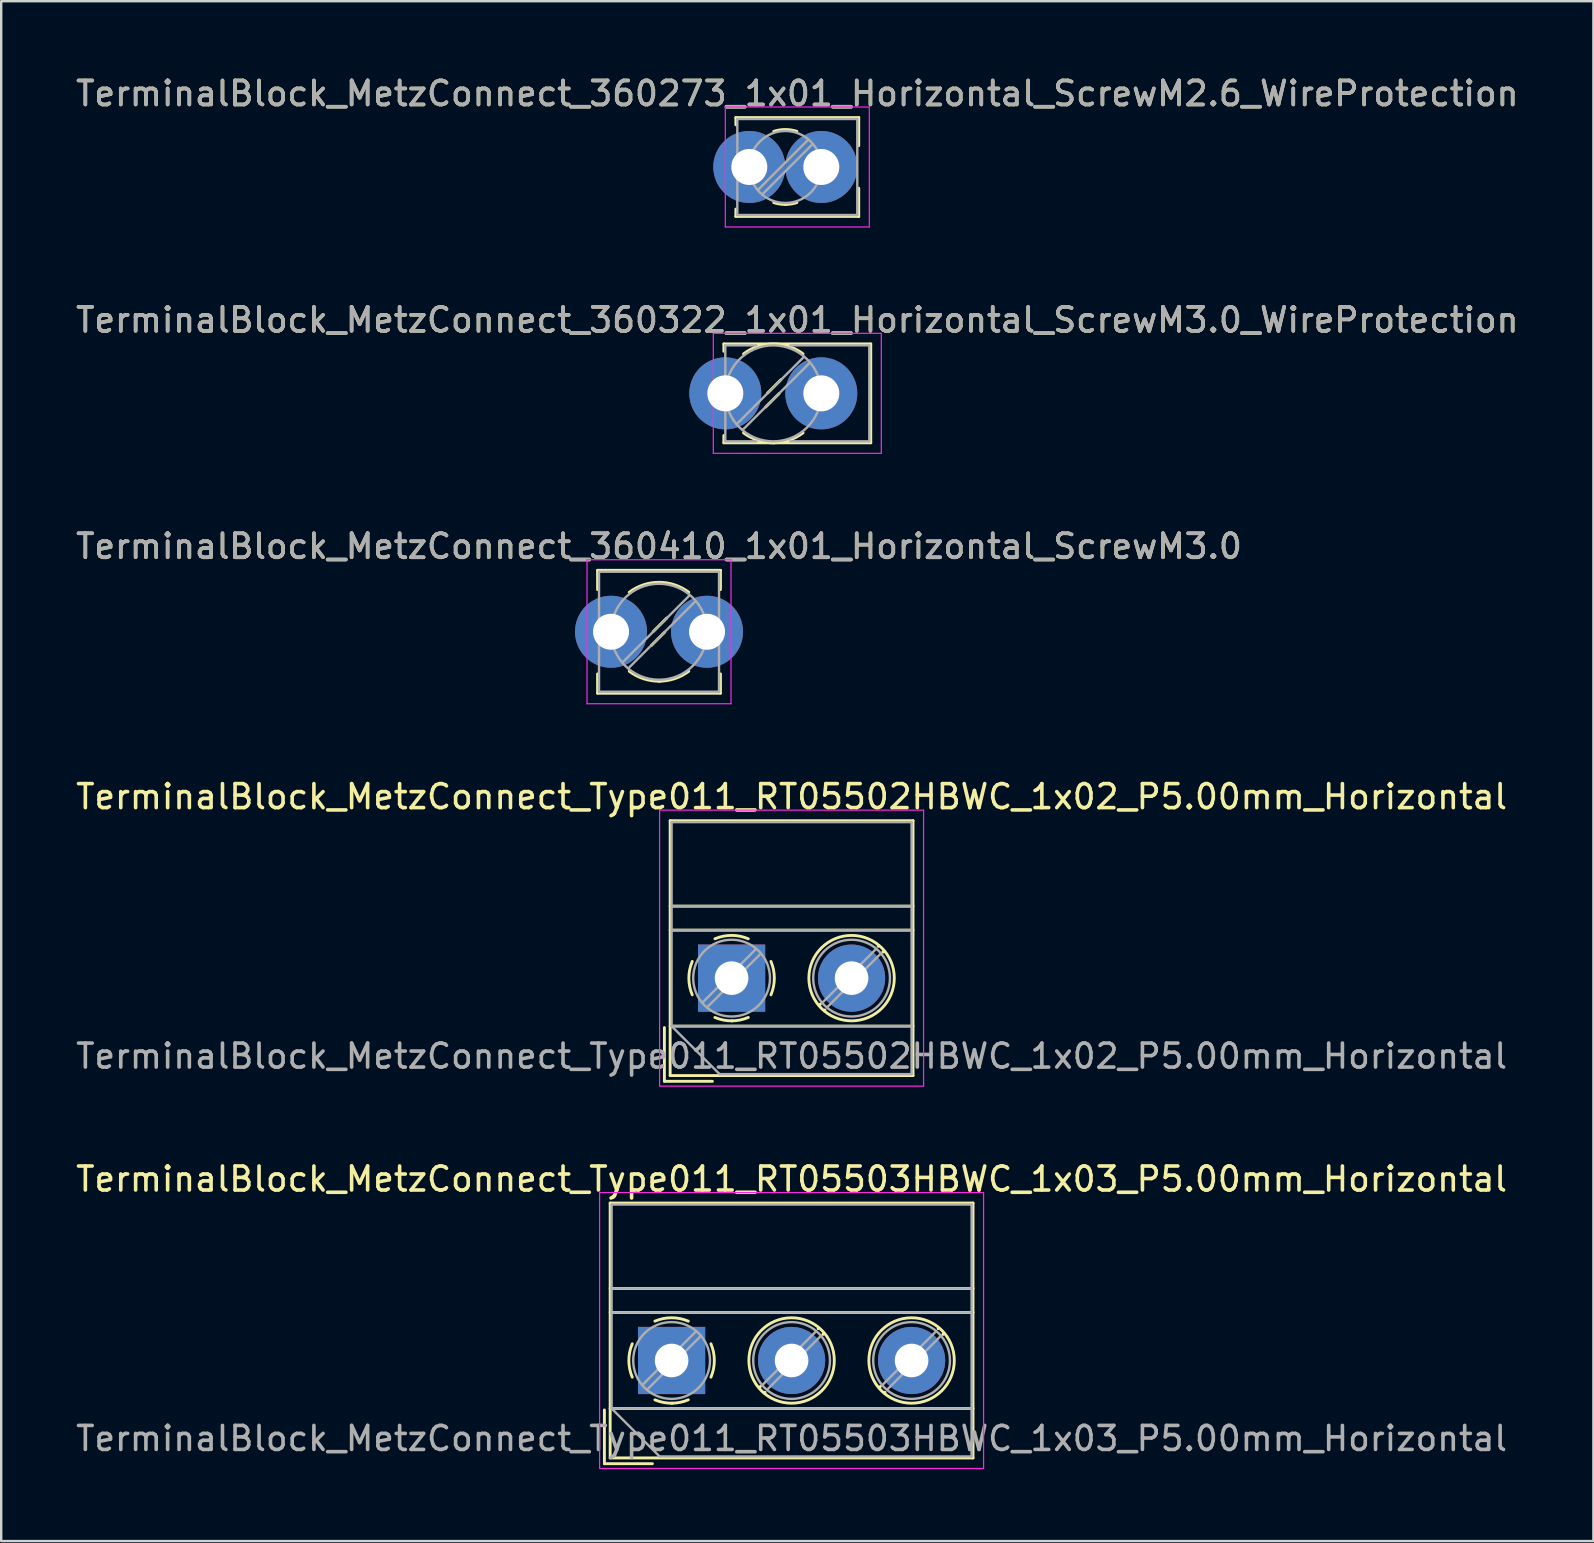
<source format=kicad_pcb>
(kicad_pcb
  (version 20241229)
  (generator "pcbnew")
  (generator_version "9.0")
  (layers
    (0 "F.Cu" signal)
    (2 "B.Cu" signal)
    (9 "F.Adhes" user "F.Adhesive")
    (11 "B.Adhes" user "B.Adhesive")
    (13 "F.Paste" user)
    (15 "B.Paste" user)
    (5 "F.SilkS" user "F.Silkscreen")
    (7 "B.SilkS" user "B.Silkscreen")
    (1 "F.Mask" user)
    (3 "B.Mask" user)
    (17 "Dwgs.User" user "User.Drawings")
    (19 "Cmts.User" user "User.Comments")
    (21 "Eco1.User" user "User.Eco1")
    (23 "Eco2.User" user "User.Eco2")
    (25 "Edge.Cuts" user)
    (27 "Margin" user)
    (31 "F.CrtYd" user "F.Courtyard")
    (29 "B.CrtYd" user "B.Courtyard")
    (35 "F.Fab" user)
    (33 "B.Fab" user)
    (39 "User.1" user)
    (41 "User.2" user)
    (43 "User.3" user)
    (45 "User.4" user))
  (footprint "TerminalBlock_MetzConnect_360410_1x01_Horizontal_ScrewM3.0"
    (layer "F.Cu")
    (at 22.411 23.275)
    (property "Reference" "TerminalBlock_MetzConnect_360410_1x01_Horizontal_ScrewM3.0" (at 2 -3.56 0) (layer "F.SilkS") (effects (font (size 1 1) (thickness 0.15))))
    (attr through_hole)
    (fp_line (start -0.56 -2.56) (end -0.56 -1.755) (stroke (width 0.12) (type solid)) (layer "F.SilkS"))
    (fp_line (start -0.56 -2.56) (end 4.56 -2.56) (stroke (width 0.12) (type solid)) (layer "F.SilkS"))
    (fp_line (start -0.56 1.755) (end -0.56 2.56) (stroke (width 0.12) (type solid)) (layer "F.SilkS"))
    (fp_line (start -0.56 2.56) (end 4.56 2.56) (stroke (width 0.12) (type solid)) (layer "F.SilkS"))
    (fp_line (start 1.68 0.571) (end 1.68 0.571) (stroke (width 0.12) (type solid)) (layer "F.SilkS"))
    (fp_line (start 2.241 0.011) (end 1.708 0.543) (stroke (width 0.12) (type solid)) (layer "F.SilkS"))
    (fp_line (start 2.291 -0.543) (end 1.759 -0.011) (stroke (width 0.12) (type solid)) (layer "F.SilkS"))
    (fp_line (start 2.32 -0.572) (end 2.32 -0.572) (stroke (width 0.12) (type solid)) (layer "F.SilkS"))
    (fp_line (start 4.56 -2.56) (end 4.56 -1.755) (stroke (width 0.12) (type solid)) (layer "F.SilkS"))
    (fp_line (start 4.56 1.755) (end 4.56 2.56) (stroke (width 0.12) (type solid)) (layer "F.SilkS"))
    (fp_arc (start 0.759554 -1.645664) (mid 1.999721 -2.060805) (end 3.24 -1.646) (stroke (width 0.12) (type solid)) (layer "F.SilkS"))
    (fp_arc (start 2.034842 2.060314) (mid 1.362171 1.959409) (end 0.759 1.645) (stroke (width 0.12) (type solid)) (layer "F.SilkS"))
    (fp_arc (start 3.239739 1.645189) (mid 2.653648 1.953547) (end 2 2.06) (stroke (width 0.12) (type solid)) (layer "F.SilkS"))
    (fp_line (start -1 -3) (end -1 3) (stroke (width 0.05) (type solid)) (layer "F.CrtYd"))
    (fp_line (start -1 3) (end 5 3) (stroke (width 0.05) (type solid)) (layer "F.CrtYd"))
    (fp_line (start 5 -3) (end -1 -3) (stroke (width 0.05) (type solid)) (layer "F.CrtYd"))
    (fp_line (start 5 3) (end 5 -3) (stroke (width 0.05) (type solid)) (layer "F.CrtYd"))
    (fp_line (start -0.5 -2.5) (end -0.5 2.5) (stroke (width 0.1) (type solid)) (layer "F.Fab"))
    (fp_line (start -0.5 -2.5) (end 4.5 -2.5) (stroke (width 0.1) (type solid)) (layer "F.Fab"))
    (fp_line (start -0.5 2.5) (end 4.5 2.5) (stroke (width 0.1) (type solid)) (layer "F.Fab"))
    (fp_line (start 3.273 -1.517) (end 0.483 1.273) (stroke (width 0.1) (type solid)) (layer "F.Fab"))
    (fp_line (start 3.517 -1.273) (end 0.727 1.517) (stroke (width 0.1) (type solid)) (layer "F.Fab"))
    (fp_line (start 4.5 -2.5) (end 4.5 2.5) (stroke (width 0.1) (type solid)) (layer "F.Fab"))
    (fp_circle (center 2 0) (end 4 0) (stroke (width 0.1) (type solid)) (fill no) (layer "F.Fab"))
    (fp_text user "${REFERENCE}" (at 2 -3.56 0) (layer "F.Fab") (effects (font (size 1 1) (thickness 0.15))))
    (pad "1" thru_hole circle (at 0 0) (size 3 3) (drill 1.5) (layers "*.Cu" "*.Mask"))
    (pad "1" thru_hole circle (at 4 0) (size 3 3) (drill 1.5) (layers "*.Cu" "*.Mask")))
  (footprint "TerminalBlock_MetzConnect_Type011_RT05502HBWC_1x02_P5.00mm_Horizontal"
    (layer "F.Cu")
    (at 27.435 37.708)
    (property "Reference" "TerminalBlock_MetzConnect_Type011_RT05502HBWC_1x02_P5.00mm_Horizontal" (at 2.5 -7.56 0) (layer "F.SilkS") (effects (font (size 1 1) (thickness 0.15))))
    (attr through_hole)
    (fp_line (start -2.8 2.06) (end -2.8 4.3) (stroke (width 0.12) (type solid)) (layer "F.SilkS"))
    (fp_line (start -2.8 4.3) (end -0.8 4.3) (stroke (width 0.12) (type solid)) (layer "F.SilkS"))
    (fp_line (start -2.56 -6.56) (end -2.56 4.06) (stroke (width 0.12) (type solid)) (layer "F.SilkS"))
    (fp_line (start -2.56 -6.56) (end 7.56 -6.56) (stroke (width 0.12) (type solid)) (layer "F.SilkS"))
    (fp_line (start -2.56 -3) (end 7.56 -3) (stroke (width 0.12) (type solid)) (layer "F.SilkS"))
    (fp_line (start -2.56 -2) (end 7.56 -2) (stroke (width 0.12) (type solid)) (layer "F.SilkS"))
    (fp_line (start -2.56 2) (end 7.56 2) (stroke (width 0.12) (type solid)) (layer "F.SilkS"))
    (fp_line (start -2.56 4.06) (end 7.56 4.06) (stroke (width 0.12) (type solid)) (layer "F.SilkS"))
    (fp_line (start 3.7 1.083) (end 3.65 1.133) (stroke (width 0.12) (type solid)) (layer "F.SilkS"))
    (fp_line (start 3.892 1.325) (end 3.868 1.35) (stroke (width 0.12) (type solid)) (layer "F.SilkS"))
    (fp_line (start 6.133 -1.35) (end 6.108 -1.326) (stroke (width 0.12) (type solid)) (layer "F.SilkS"))
    (fp_line (start 6.35 -1.133) (end 6.301 -1.083) (stroke (width 0.12) (type solid)) (layer "F.SilkS"))
    (fp_line (start 7.56 -6.56) (end 7.56 4.06) (stroke (width 0.12) (type solid)) (layer "F.SilkS"))
    (fp_arc (start -1.639206 0.695516) (mid -1.780657 -0.000263) (end -1.639 -0.696) (stroke (width 0.12) (type solid)) (layer "F.SilkS"))
    (fp_arc (start -0.695516 -1.639206) (mid 0.000263 -1.780657) (end 0.696 -1.639) (stroke (width 0.12) (type solid)) (layer "F.SilkS"))
    (fp_arc (start 0.030814 1.78039) (mid -0.340023 1.747891) (end -0.696 1.639) (stroke (width 0.12) (type solid)) (layer "F.SilkS"))
    (fp_arc (start 0.695501 1.638499) (mid 0.354875 1.744266) (end 0 1.78) (stroke (width 0.12) (type solid)) (layer "F.SilkS"))
    (fp_arc (start 1.639206 -0.695516) (mid 1.780657 0.000263) (end 1.639 0.696) (stroke (width 0.12) (type solid)) (layer "F.SilkS"))
    (fp_circle (center 5 0) (end 6.78 0) (stroke (width 0.12) (type solid)) (fill no) (layer "F.SilkS"))
    (fp_line (start -3 -7) (end -3 4.5) (stroke (width 0.05) (type solid)) (layer "F.CrtYd"))
    (fp_line (start -3 4.5) (end 8 4.5) (stroke (width 0.05) (type solid)) (layer "F.CrtYd"))
    (fp_line (start 8 -7) (end -3 -7) (stroke (width 0.05) (type solid)) (layer "F.CrtYd"))
    (fp_line (start 8 4.5) (end 8 -7) (stroke (width 0.05) (type solid)) (layer "F.CrtYd"))
    (fp_line (start -2.5 -6.5) (end 7.5 -6.5) (stroke (width 0.1) (type solid)) (layer "F.Fab"))
    (fp_line (start -2.5 -3) (end 7.5 -3) (stroke (width 0.1) (type solid)) (layer "F.Fab"))
    (fp_line (start -2.5 -2) (end 7.5 -2) (stroke (width 0.1) (type solid)) (layer "F.Fab"))
    (fp_line (start -2.5 2) (end -2.5 -6.5) (stroke (width 0.1) (type solid)) (layer "F.Fab"))
    (fp_line (start -2.5 2) (end 7.5 2) (stroke (width 0.1) (type solid)) (layer "F.Fab"))
    (fp_line (start -0.5 4) (end -2.5 2) (stroke (width 0.1) (type solid)) (layer "F.Fab"))
    (fp_line (start 1.019 -1.214) (end -1.214 1.018) (stroke (width 0.1) (type solid)) (layer "F.Fab"))
    (fp_line (start 1.214 -1.019) (end -1.019 1.214) (stroke (width 0.1) (type solid)) (layer "F.Fab"))
    (fp_line (start 6.019 -1.214) (end 3.787 1.018) (stroke (width 0.1) (type solid)) (layer "F.Fab"))
    (fp_line (start 6.214 -1.019) (end 3.982 1.214) (stroke (width 0.1) (type solid)) (layer "F.Fab"))
    (fp_line (start 7.5 -6.5) (end 7.5 4) (stroke (width 0.1) (type solid)) (layer "F.Fab"))
    (fp_line (start 7.5 4) (end -0.5 4) (stroke (width 0.1) (type solid)) (layer "F.Fab"))
    (fp_circle (center 0 0) (end 1.6 0) (stroke (width 0.1) (type solid)) (fill no) (layer "F.Fab"))
    (fp_circle (center 5 0) (end 6.6 0) (stroke (width 0.1) (type solid)) (fill no) (layer "F.Fab"))
    (fp_text user "${REFERENCE}" (at 2.5 3.25 0) (layer "F.Fab") (effects (font (size 1 1) (thickness 0.15))))
    (pad "1" thru_hole rect (at 0 0) (size 2.8 2.8) (drill 1.4) (layers "*.Cu" "*.Mask"))
    (pad "2" thru_hole circle (at 5 0) (size 2.8 2.8) (drill 1.4) (layers "*.Cu" "*.Mask")))
  (footprint "TerminalBlock_MetzConnect_360273_1x01_Horizontal_ScrewM2.6_WireProtection"
    (layer "F.Cu")
    (at 28.173 3.908)
    (property "Reference" "TerminalBlock_MetzConnect_360273_1x01_Horizontal_ScrewM2.6_WireProtection" (at 2 -3.06 0) (layer "F.SilkS") (effects (font (size 1 1) (thickness 0.15))))
    (attr through_hole)
    (fp_line (start -0.56 -2.06) (end -0.56 -1.755) (stroke (width 0.12) (type solid)) (layer "F.SilkS"))
    (fp_line (start -0.56 -2.06) (end 4.56 -2.06) (stroke (width 0.12) (type solid)) (layer "F.SilkS"))
    (fp_line (start -0.56 1.755) (end -0.56 2.06) (stroke (width 0.12) (type solid)) (layer "F.SilkS"))
    (fp_line (start -0.56 2.06) (end 4.56 2.06) (stroke (width 0.12) (type solid)) (layer "F.SilkS"))
    (fp_line (start 4.56 -2.06) (end 4.56 -0.885) (stroke (width 0.12) (type solid)) (layer "F.SilkS"))
    (fp_line (start 4.56 0.885) (end 4.56 2.06) (stroke (width 0.12) (type solid)) (layer "F.SilkS"))
    (fp_arc (start 1.018482 -1.484481) (mid 1.500779 -1.560623) (end 1.983 -1.484) (stroke (width 0.12) (type solid)) (layer "F.SilkS"))
    (fp_arc (start 1.526458 1.560399) (mid 1.268555 1.543366) (end 1.017 1.484) (stroke (width 0.12) (type solid)) (layer "F.SilkS"))
    (fp_arc (start 1.982067 1.483648) (mid 1.744038 1.540794) (end 1.5 1.56) (stroke (width 0.12) (type solid)) (layer "F.SilkS"))
    (fp_line (start -1 -2.5) (end -1 2.5) (stroke (width 0.05) (type solid)) (layer "F.CrtYd"))
    (fp_line (start -1 2.5) (end 5 2.5) (stroke (width 0.05) (type solid)) (layer "F.CrtYd"))
    (fp_line (start 5 -2.5) (end -1 -2.5) (stroke (width 0.05) (type solid)) (layer "F.CrtYd"))
    (fp_line (start 5 2.5) (end 5 -2.5) (stroke (width 0.05) (type solid)) (layer "F.CrtYd"))
    (fp_line (start -0.5 -2) (end -0.5 2) (stroke (width 0.1) (type solid)) (layer "F.Fab"))
    (fp_line (start -0.5 -2) (end 4.5 -2) (stroke (width 0.1) (type solid)) (layer "F.Fab"))
    (fp_line (start -0.5 2) (end 4.5 2) (stroke (width 0.1) (type solid)) (layer "F.Fab"))
    (fp_line (start 2.455 -1.138) (end 0.362 0.955) (stroke (width 0.1) (type solid)) (layer "F.Fab"))
    (fp_line (start 2.638 -0.955) (end 0.545 1.138) (stroke (width 0.1) (type solid)) (layer "F.Fab"))
    (fp_line (start 4.5 -2) (end 4.5 2) (stroke (width 0.1) (type solid)) (layer "F.Fab"))
    (fp_circle (center 1.5 0) (end 3 0) (stroke (width 0.1) (type solid)) (fill no) (layer "F.Fab"))
    (fp_text user "${REFERENCE}" (at 2 -3.06 0) (layer "F.Fab") (effects (font (size 1 1) (thickness 0.15))))
    (pad "1" thru_hole circle (at 0 0) (size 3 3) (drill 1.5) (layers "*.Cu" "*.Mask"))
    (pad "1" thru_hole circle (at 3 0) (size 3 3) (drill 1.5) (layers "*.Cu" "*.Mask")))
  (footprint "TerminalBlock_MetzConnect_Type011_RT05503HBWC_1x03_P5.00mm_Horizontal"
    (layer "F.Cu")
    (at 24.935 53.641)
    (property "Reference" "TerminalBlock_MetzConnect_Type011_RT05503HBWC_1x03_P5.00mm_Horizontal" (at 5 -7.56 0) (layer "F.SilkS") (effects (font (size 1 1) (thickness 0.15))))
    (attr through_hole)
    (fp_line (start -2.8 2.06) (end -2.8 4.3) (stroke (width 0.12) (type solid)) (layer "F.SilkS"))
    (fp_line (start -2.8 4.3) (end -0.8 4.3) (stroke (width 0.12) (type solid)) (layer "F.SilkS"))
    (fp_line (start -2.56 -6.56) (end -2.56 4.06) (stroke (width 0.12) (type solid)) (layer "F.SilkS"))
    (fp_line (start -2.56 -6.56) (end 12.56 -6.56) (stroke (width 0.12) (type solid)) (layer "F.SilkS"))
    (fp_line (start -2.56 -3) (end 12.56 -3) (stroke (width 0.12) (type solid)) (layer "F.SilkS"))
    (fp_line (start -2.56 -2) (end 12.56 -2) (stroke (width 0.12) (type solid)) (layer "F.SilkS"))
    (fp_line (start -2.56 2) (end 12.56 2) (stroke (width 0.12) (type solid)) (layer "F.SilkS"))
    (fp_line (start -2.56 4.06) (end 12.56 4.06) (stroke (width 0.12) (type solid)) (layer "F.SilkS"))
    (fp_line (start 3.7 1.083) (end 3.65 1.133) (stroke (width 0.12) (type solid)) (layer "F.SilkS"))
    (fp_line (start 3.892 1.325) (end 3.868 1.35) (stroke (width 0.12) (type solid)) (layer "F.SilkS"))
    (fp_line (start 6.133 -1.35) (end 6.108 -1.326) (stroke (width 0.12) (type solid)) (layer "F.SilkS"))
    (fp_line (start 6.35 -1.133) (end 6.301 -1.083) (stroke (width 0.12) (type solid)) (layer "F.SilkS"))
    (fp_line (start 8.7 1.083) (end 8.65 1.133) (stroke (width 0.12) (type solid)) (layer "F.SilkS"))
    (fp_line (start 8.892 1.325) (end 8.868 1.35) (stroke (width 0.12) (type solid)) (layer "F.SilkS"))
    (fp_line (start 11.133 -1.35) (end 11.108 -1.326) (stroke (width 0.12) (type solid)) (layer "F.SilkS"))
    (fp_line (start 11.35 -1.133) (end 11.301 -1.083) (stroke (width 0.12) (type solid)) (layer "F.SilkS"))
    (fp_line (start 12.56 -6.56) (end 12.56 4.06) (stroke (width 0.12) (type solid)) (layer "F.SilkS"))
    (fp_arc (start -1.639206 0.695516) (mid -1.780657 -0.000263) (end -1.639 -0.696) (stroke (width 0.12) (type solid)) (layer "F.SilkS"))
    (fp_arc (start -0.695516 -1.639206) (mid 0.000263 -1.780657) (end 0.696 -1.639) (stroke (width 0.12) (type solid)) (layer "F.SilkS"))
    (fp_arc (start 0.030814 1.78039) (mid -0.340023 1.747891) (end -0.696 1.639) (stroke (width 0.12) (type solid)) (layer "F.SilkS"))
    (fp_arc (start 0.695501 1.638499) (mid 0.354875 1.744266) (end 0 1.78) (stroke (width 0.12) (type solid)) (layer "F.SilkS"))
    (fp_arc (start 1.639206 -0.695516) (mid 1.780657 0.000263) (end 1.639 0.696) (stroke (width 0.12) (type solid)) (layer "F.SilkS"))
    (fp_circle (center 5 0) (end 6.78 0) (stroke (width 0.12) (type solid)) (fill no) (layer "F.SilkS"))
    (fp_circle (center 10 0) (end 11.78 0) (stroke (width 0.12) (type solid)) (fill no) (layer "F.SilkS"))
    (fp_line (start -3 -7) (end -3 4.5) (stroke (width 0.05) (type solid)) (layer "F.CrtYd"))
    (fp_line (start -3 4.5) (end 13 4.5) (stroke (width 0.05) (type solid)) (layer "F.CrtYd"))
    (fp_line (start 13 -7) (end -3 -7) (stroke (width 0.05) (type solid)) (layer "F.CrtYd"))
    (fp_line (start 13 4.5) (end 13 -7) (stroke (width 0.05) (type solid)) (layer "F.CrtYd"))
    (fp_line (start -2.5 -6.5) (end 12.5 -6.5) (stroke (width 0.1) (type solid)) (layer "F.Fab"))
    (fp_line (start -2.5 -3) (end 12.5 -3) (stroke (width 0.1) (type solid)) (layer "F.Fab"))
    (fp_line (start -2.5 -2) (end 12.5 -2) (stroke (width 0.1) (type solid)) (layer "F.Fab"))
    (fp_line (start -2.5 2) (end -2.5 -6.5) (stroke (width 0.1) (type solid)) (layer "F.Fab"))
    (fp_line (start -2.5 2) (end 12.5 2) (stroke (width 0.1) (type solid)) (layer "F.Fab"))
    (fp_line (start -0.5 4) (end -2.5 2) (stroke (width 0.1) (type solid)) (layer "F.Fab"))
    (fp_line (start 1.019 -1.214) (end -1.214 1.018) (stroke (width 0.1) (type solid)) (layer "F.Fab"))
    (fp_line (start 1.214 -1.019) (end -1.019 1.214) (stroke (width 0.1) (type solid)) (layer "F.Fab"))
    (fp_line (start 6.019 -1.214) (end 3.787 1.018) (stroke (width 0.1) (type solid)) (layer "F.Fab"))
    (fp_line (start 6.214 -1.019) (end 3.982 1.214) (stroke (width 0.1) (type solid)) (layer "F.Fab"))
    (fp_line (start 11.019 -1.214) (end 8.787 1.018) (stroke (width 0.1) (type solid)) (layer "F.Fab"))
    (fp_line (start 11.214 -1.019) (end 8.982 1.214) (stroke (width 0.1) (type solid)) (layer "F.Fab"))
    (fp_line (start 12.5 -6.5) (end 12.5 4) (stroke (width 0.1) (type solid)) (layer "F.Fab"))
    (fp_line (start 12.5 4) (end -0.5 4) (stroke (width 0.1) (type solid)) (layer "F.Fab"))
    (fp_circle (center 0 0) (end 1.6 0) (stroke (width 0.1) (type solid)) (fill no) (layer "F.Fab"))
    (fp_circle (center 5 0) (end 6.6 0) (stroke (width 0.1) (type solid)) (fill no) (layer "F.Fab"))
    (fp_circle (center 10 0) (end 11.6 0) (stroke (width 0.1) (type solid)) (fill no) (layer "F.Fab"))
    (fp_text user "${REFERENCE}" (at 5 3.25 0) (layer "F.Fab") (effects (font (size 1 1) (thickness 0.15))))
    (pad "1" thru_hole rect (at 0 0) (size 2.8 2.8) (drill 1.4) (layers "*.Cu" "*.Mask"))
    (pad "2" thru_hole circle (at 5 0) (size 2.8 2.8) (drill 1.4) (layers "*.Cu" "*.Mask"))
    (pad "3" thru_hole circle (at 10 0) (size 2.8 2.8) (drill 1.4) (layers "*.Cu" "*.Mask")))
  (footprint "TerminalBlock_MetzConnect_360322_1x01_Horizontal_ScrewM3.0_WireProtection"
    (layer "F.Cu")
    (at 27.173 13.341)
    (property "Reference" "TerminalBlock_MetzConnect_360322_1x01_Horizontal_ScrewM3.0_WireProtection" (at 3 -3.06 0) (layer "F.SilkS") (effects (font (size 1 1) (thickness 0.15))))
    (attr through_hole)
    (fp_line (start -0.06 -2.06) (end -0.06 -1.755) (stroke (width 0.12) (type solid)) (layer "F.SilkS"))
    (fp_line (start -0.06 -2.06) (end 6.061 -2.06) (stroke (width 0.12) (type solid)) (layer "F.SilkS"))
    (fp_line (start -0.06 1.755) (end -0.06 2.06) (stroke (width 0.12) (type solid)) (layer "F.SilkS"))
    (fp_line (start -0.06 2.06) (end 6.061 2.06) (stroke (width 0.12) (type solid)) (layer "F.SilkS"))
    (fp_line (start 1.68 0.571) (end 1.68 0.571) (stroke (width 0.12) (type solid)) (layer "F.SilkS"))
    (fp_line (start 2.241 0.011) (end 1.708 0.543) (stroke (width 0.12) (type solid)) (layer "F.SilkS"))
    (fp_line (start 2.291 -0.543) (end 1.759 -0.011) (stroke (width 0.12) (type solid)) (layer "F.SilkS"))
    (fp_line (start 2.32 -0.572) (end 2.32 -0.572) (stroke (width 0.12) (type solid)) (layer "F.SilkS"))
    (fp_line (start 6.061 -2.06) (end 6.061 2.06) (stroke (width 0.12) (type solid)) (layer "F.SilkS"))
    (fp_arc (start 0.759554 -1.645664) (mid 1.999721 -2.060805) (end 3.24 -1.646) (stroke (width 0.12) (type solid)) (layer "F.SilkS"))
    (fp_arc (start 2.034842 2.060314) (mid 1.362171 1.959409) (end 0.759 1.645) (stroke (width 0.12) (type solid)) (layer "F.SilkS"))
    (fp_arc (start 3.239739 1.645189) (mid 2.653648 1.953547) (end 2 2.06) (stroke (width 0.12) (type solid)) (layer "F.SilkS"))
    (fp_line (start -0.5 -2.5) (end -0.5 2.5) (stroke (width 0.05) (type solid)) (layer "F.CrtYd"))
    (fp_line (start -0.5 2.5) (end 6.5 2.5) (stroke (width 0.05) (type solid)) (layer "F.CrtYd"))
    (fp_line (start 6.5 -2.5) (end -0.5 -2.5) (stroke (width 0.05) (type solid)) (layer "F.CrtYd"))
    (fp_line (start 6.5 2.5) (end 6.5 -2.5) (stroke (width 0.05) (type solid)) (layer "F.CrtYd"))
    (fp_line (start 0 -2) (end 0 -0.265) (stroke (width 0.1) (type solid)) (layer "F.Fab"))
    (fp_line (start 0 -2) (end 1.289 -2) (stroke (width 0.1) (type solid)) (layer "F.Fab"))
    (fp_line (start 0 0.265) (end 0 2) (stroke (width 0.1) (type solid)) (layer "F.Fab"))
    (fp_line (start 0 2) (end 1.289 2) (stroke (width 0.1) (type solid)) (layer "F.Fab"))
    (fp_line (start 2.711 -2) (end 6 -2) (stroke (width 0.1) (type solid)) (layer "F.Fab"))
    (fp_line (start 2.711 2) (end 6 2) (stroke (width 0.1) (type solid)) (layer "F.Fab"))
    (fp_line (start 3.273 -1.517) (end 0.483 1.273) (stroke (width 0.1) (type solid)) (layer "F.Fab"))
    (fp_line (start 3.517 -1.273) (end 0.727 1.517) (stroke (width 0.1) (type solid)) (layer "F.Fab"))
    (fp_line (start 6 -2) (end 6 2) (stroke (width 0.1) (type solid)) (layer "F.Fab"))
    (fp_circle (center 2 0) (end 4 0) (stroke (width 0.1) (type solid)) (fill no) (layer "F.Fab"))
    (fp_text user "${REFERENCE}" (at 3 -3.06 0) (layer "F.Fab") (effects (font (size 1 1) (thickness 0.15))))
    (pad "1" thru_hole circle (at 0 0) (size 3 3) (drill 1.5) (layers "*.Cu" "*.Mask"))
    (pad "1" thru_hole circle (at 4 0) (size 3 3) (drill 1.5) (layers "*.Cu" "*.Mask")))
  (gr_rect
    (start -3 -3)
    (end 63.345 61.166)
    (stroke (width 0.1) (type default))
    (fill no)
    (layer "Edge.Cuts")))
</source>
